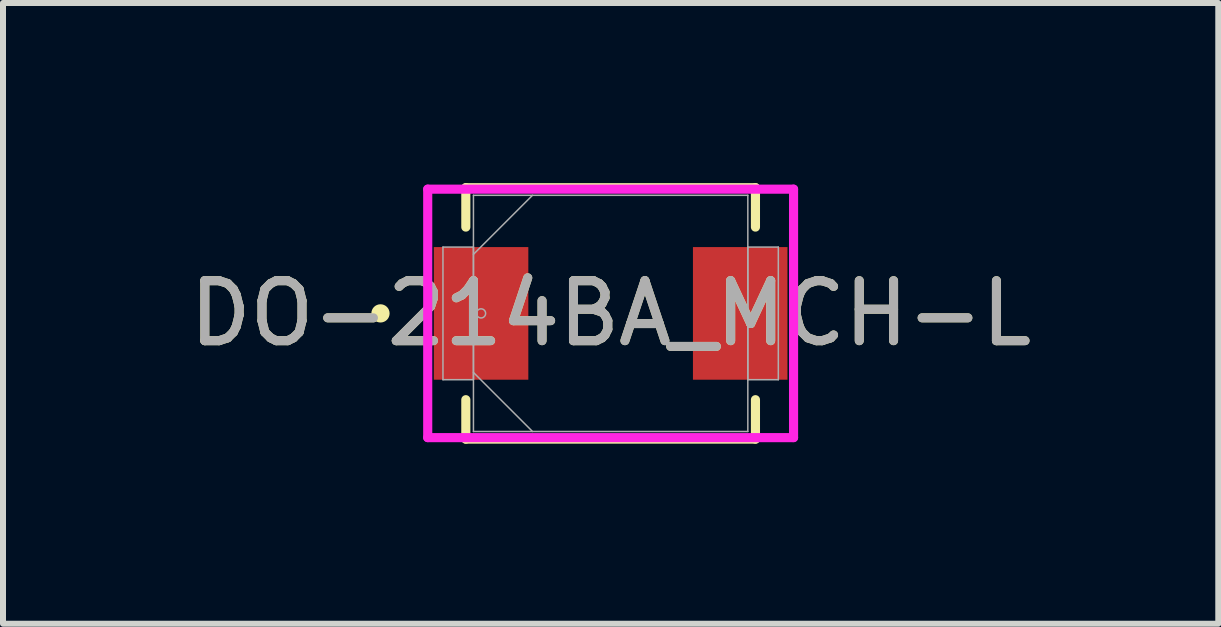
<source format=kicad_pcb>
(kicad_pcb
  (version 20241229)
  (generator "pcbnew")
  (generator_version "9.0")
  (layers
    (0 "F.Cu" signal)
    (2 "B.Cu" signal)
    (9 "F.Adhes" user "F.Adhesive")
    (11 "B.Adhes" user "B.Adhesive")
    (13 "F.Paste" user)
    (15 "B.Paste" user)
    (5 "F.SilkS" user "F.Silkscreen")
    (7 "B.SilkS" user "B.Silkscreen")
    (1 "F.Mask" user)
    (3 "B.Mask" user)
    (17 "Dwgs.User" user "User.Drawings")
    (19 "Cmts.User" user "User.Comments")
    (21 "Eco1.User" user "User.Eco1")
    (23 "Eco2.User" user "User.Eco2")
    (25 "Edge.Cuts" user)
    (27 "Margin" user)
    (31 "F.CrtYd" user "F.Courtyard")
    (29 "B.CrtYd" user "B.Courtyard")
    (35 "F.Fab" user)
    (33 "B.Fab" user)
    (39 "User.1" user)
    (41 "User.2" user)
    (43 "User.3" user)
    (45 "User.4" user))
  (footprint "DO-214BA_MCH-L"
    (layer "F.Cu")
    (at 7.125 2.172)
    (property "Reference" "DO-214BA_MCH-L" (at 0 0 0) (unlocked yes) (layer "F.SilkS") (effects (font (size 1 1) (thickness 0.15))))
    (attr smd)
    (fp_line (start -2.413 -2.095) (end -2.413 -1.438) (stroke (width 0.152) (type solid)) (layer "F.SilkS"))
    (fp_line (start -2.413 1.438) (end -2.413 2.095) (stroke (width 0.152) (type solid)) (layer "F.SilkS"))
    (fp_line (start -2.413 2.095) (end 2.413 2.095) (stroke (width 0.152) (type solid)) (layer "F.SilkS"))
    (fp_line (start 2.413 -2.095) (end -2.413 -2.095) (stroke (width 0.152) (type solid)) (layer "F.SilkS"))
    (fp_line (start 2.413 -1.438) (end 2.413 -2.095) (stroke (width 0.152) (type solid)) (layer "F.SilkS"))
    (fp_line (start 2.413 2.095) (end 2.413 1.438) (stroke (width 0.152) (type solid)) (layer "F.SilkS"))
    (fp_circle (center -3.835 0) (end -3.759 0) (stroke (width 0.152) (type solid)) (fill no) (layer "F.SilkS"))
    (fp_line (start -3.048 -2.07) (end 3.048 -2.07) (stroke (width 0.152) (type solid)) (layer "F.CrtYd"))
    (fp_line (start -3.048 2.07) (end -3.048 -2.07) (stroke (width 0.152) (type solid)) (layer "F.CrtYd"))
    (fp_line (start 3.048 -2.07) (end 3.048 2.07) (stroke (width 0.152) (type solid)) (layer "F.CrtYd"))
    (fp_line (start 3.048 2.07) (end -3.048 2.07) (stroke (width 0.152) (type solid)) (layer "F.CrtYd"))
    (fp_line (start -2.794 -1.105) (end -2.794 1.105) (stroke (width 0.025) (type solid)) (layer "F.Fab"))
    (fp_line (start -2.794 1.105) (end -2.286 1.105) (stroke (width 0.025) (type solid)) (layer "F.Fab"))
    (fp_line (start -2.286 -1.968) (end -2.286 1.968) (stroke (width 0.025) (type solid)) (layer "F.Fab"))
    (fp_line (start -2.286 -1.105) (end -2.794 -1.105) (stroke (width 0.025) (type solid)) (layer "F.Fab"))
    (fp_line (start -2.286 -0.984) (end -1.302 -1.968) (stroke (width 0.025) (type solid)) (layer "F.Fab"))
    (fp_line (start -2.286 0.984) (end -1.302 1.968) (stroke (width 0.025) (type solid)) (layer "F.Fab"))
    (fp_line (start -2.286 1.105) (end -2.286 -1.105) (stroke (width 0.025) (type solid)) (layer "F.Fab"))
    (fp_line (start -2.286 1.968) (end 2.286 1.968) (stroke (width 0.025) (type solid)) (layer "F.Fab"))
    (fp_line (start 2.286 -1.968) (end -2.286 -1.968) (stroke (width 0.025) (type solid)) (layer "F.Fab"))
    (fp_line (start 2.286 -1.105) (end 2.286 1.105) (stroke (width 0.025) (type solid)) (layer "F.Fab"))
    (fp_line (start 2.286 1.105) (end 2.794 1.105) (stroke (width 0.025) (type solid)) (layer "F.Fab"))
    (fp_line (start 2.286 1.968) (end 2.286 -1.968) (stroke (width 0.025) (type solid)) (layer "F.Fab"))
    (fp_line (start 2.794 -1.105) (end 2.286 -1.105) (stroke (width 0.025) (type solid)) (layer "F.Fab"))
    (fp_line (start 2.794 1.105) (end 2.794 -1.105) (stroke (width 0.025) (type solid)) (layer "F.Fab"))
    (fp_circle (center -2.159 0) (end -2.083 0) (stroke (width 0.025) (type solid)) (fill no) (layer "F.Fab"))
    (fp_text user "${REFERENCE}" (at 0 0 0) (unlocked yes) (layer "F.Fab") (effects (font (size 1 1) (thickness 0.15))))
    (pad "1" smd rect (at -2.159 0) (size 1.575 2.21) (layers "F.Cu" "F.Mask" "F.Paste"))
    (pad "2" smd rect (at 2.159 0) (size 1.575 2.21) (layers "F.Cu" "F.Mask" "F.Paste"))
    (zone (net_name "") (layer "F.Cu") (hatch full 0.508) (connect_pads) (min_thickness 0.254) (filled_areas_thickness no) (keepout (tracks not_allowed) (vias not_allowed) (pads allowed) (copperpour not_allowed) (footprints allowed)) (placement (enabled no)) (fill) (polygon (pts (xy 5.804 0.254) (xy 8.446 0.254) (xy 8.446 4.089) (xy 5.804 4.089)))))
  (gr_rect
    (start -3 -3)
    (end 17.25 7.343)
    (stroke (width 0.1) (type default))
    (fill no)
    (layer "Edge.Cuts")))
</source>
